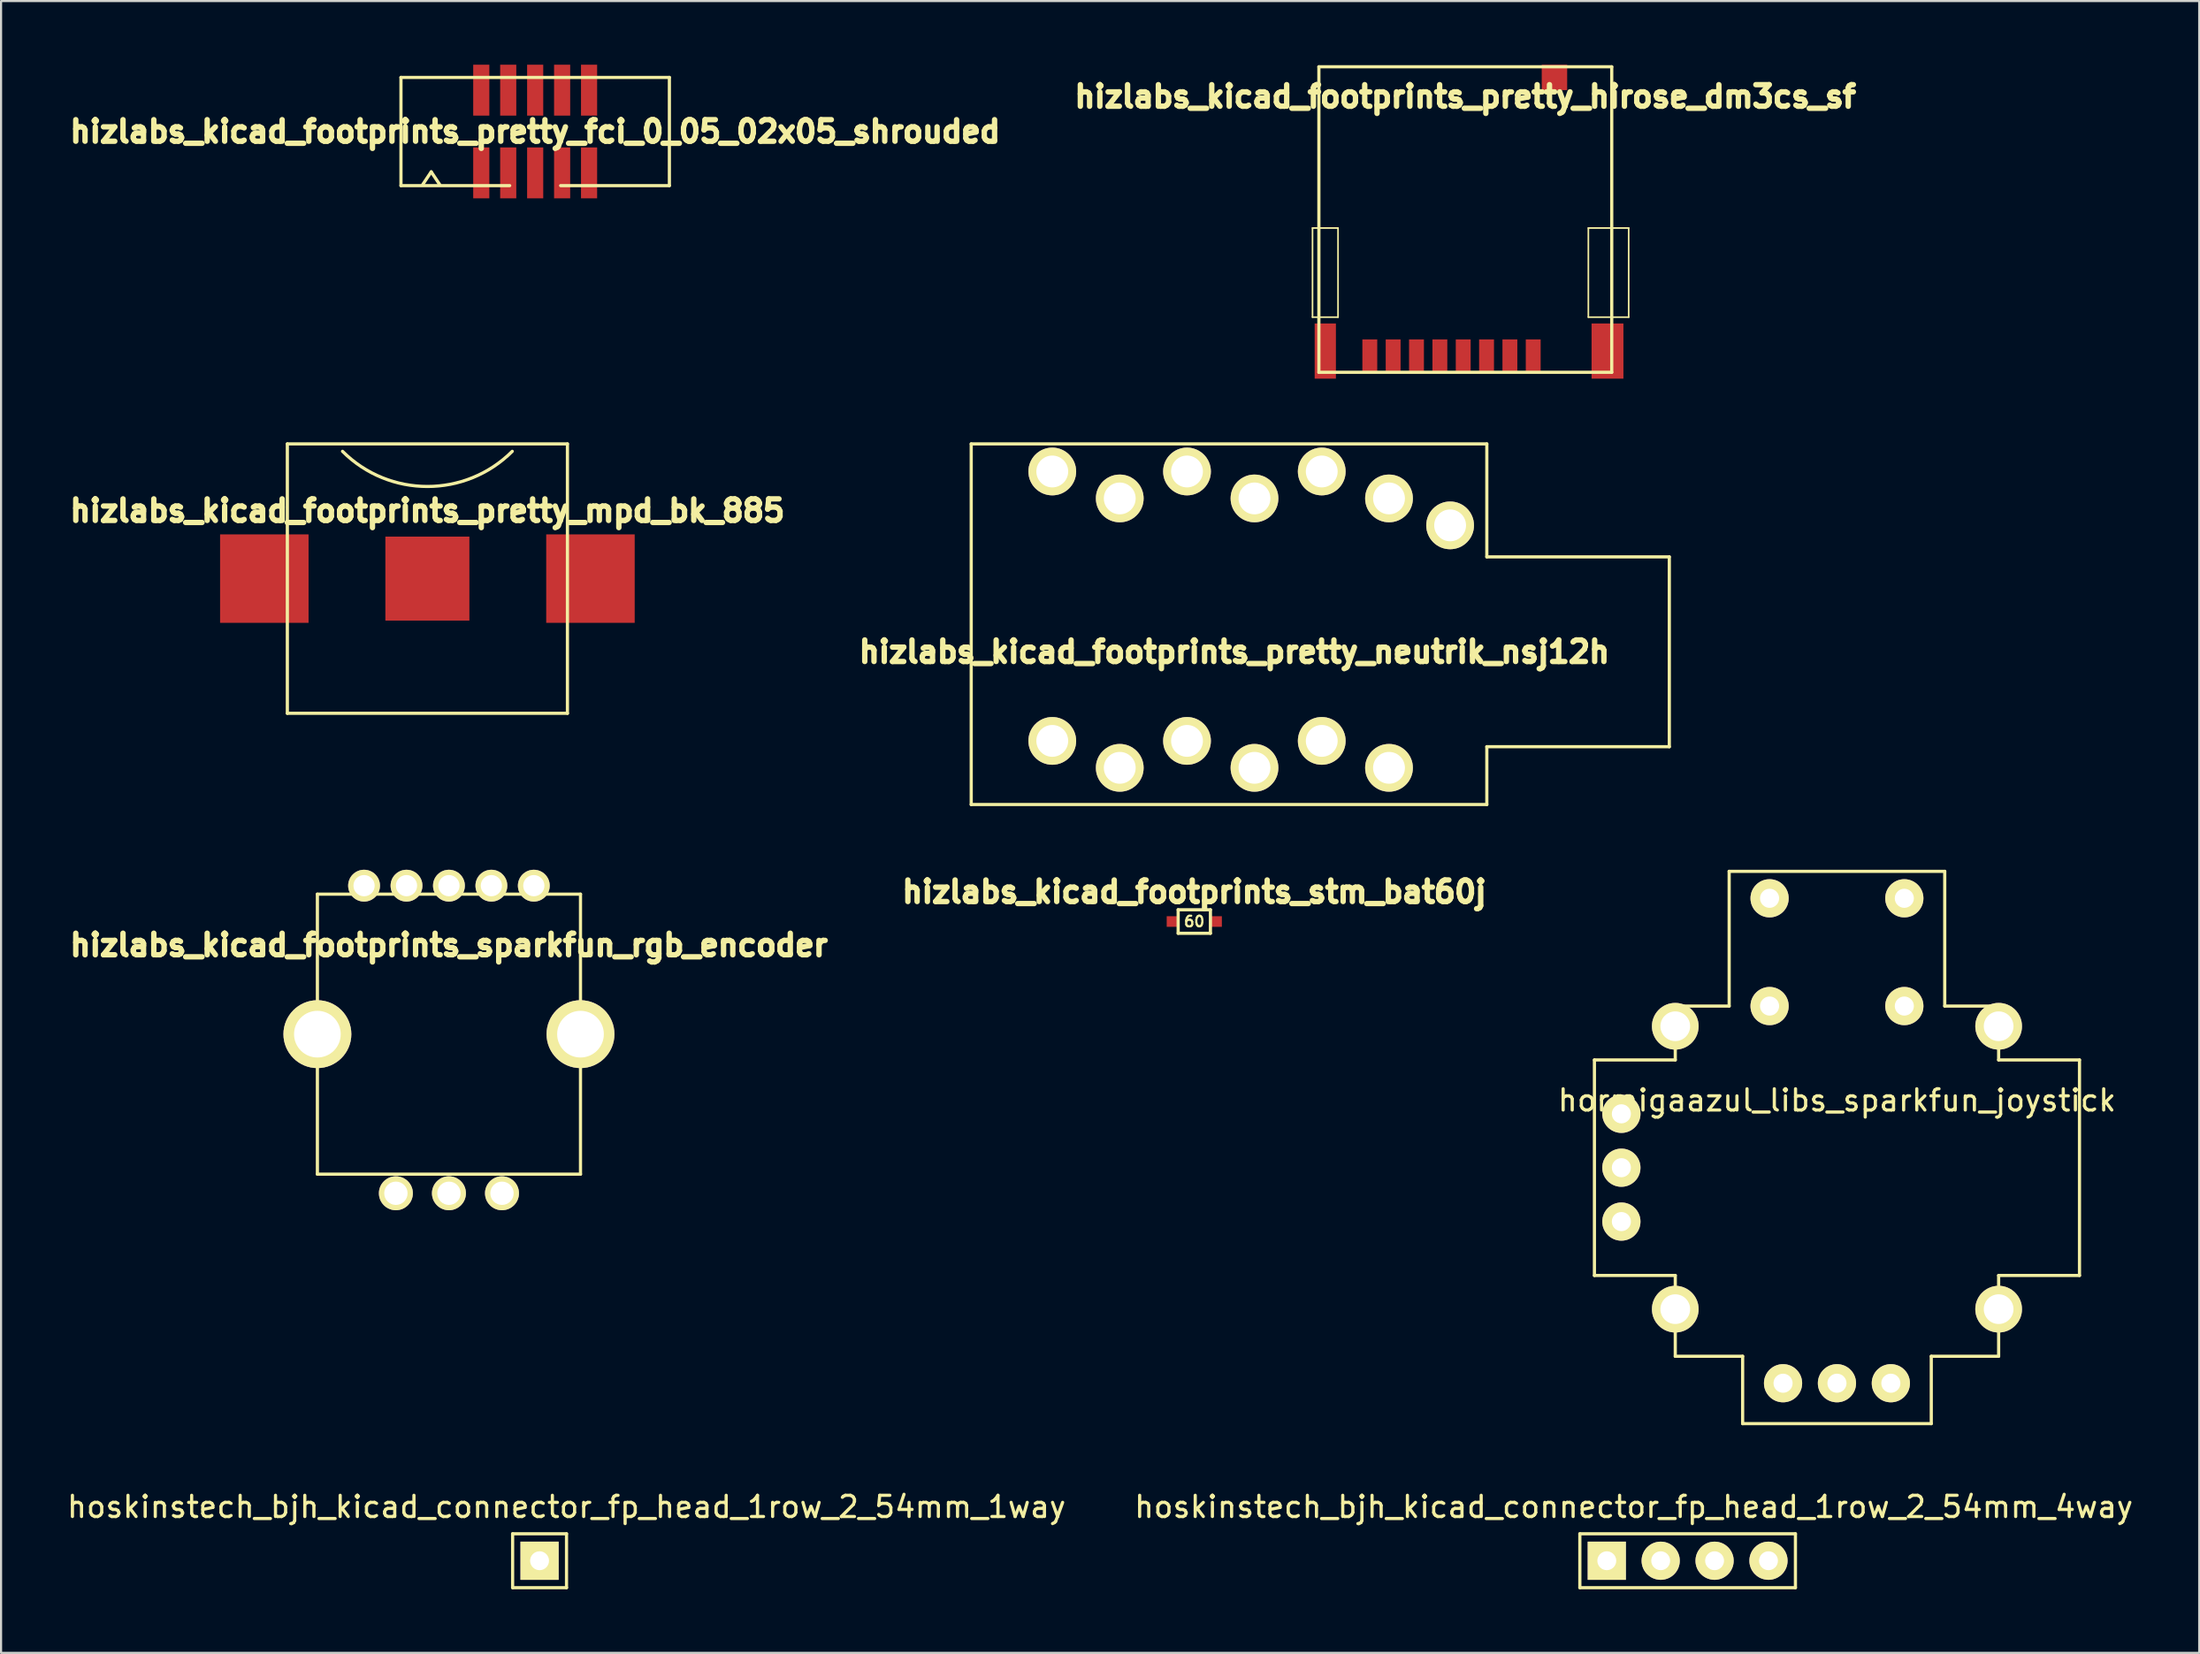
<source format=kicad_pcb>
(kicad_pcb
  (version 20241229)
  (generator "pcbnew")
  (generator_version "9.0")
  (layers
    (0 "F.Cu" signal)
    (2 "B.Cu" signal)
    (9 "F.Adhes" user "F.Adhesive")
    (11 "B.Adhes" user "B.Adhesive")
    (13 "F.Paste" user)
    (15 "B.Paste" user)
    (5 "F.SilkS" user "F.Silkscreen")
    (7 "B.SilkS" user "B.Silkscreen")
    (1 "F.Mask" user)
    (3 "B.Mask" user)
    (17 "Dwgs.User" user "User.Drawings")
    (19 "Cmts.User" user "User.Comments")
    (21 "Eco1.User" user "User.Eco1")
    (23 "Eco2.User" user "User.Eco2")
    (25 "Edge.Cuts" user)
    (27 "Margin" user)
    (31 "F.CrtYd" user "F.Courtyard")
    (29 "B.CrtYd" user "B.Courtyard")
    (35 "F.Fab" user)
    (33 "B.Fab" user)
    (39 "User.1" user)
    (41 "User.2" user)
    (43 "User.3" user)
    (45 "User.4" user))
  (footprint "hizlabs_kicad_footprints_sparkfun_rgb_encoder"
    (layer "F.Cu")
    (at 18.108 45.701)
    (property "Reference" "hizlabs_kicad_footprints_sparkfun_rgb_encoder" (at 0 -4.2 0) (layer "F.SilkS") (effects (font (size 1.016 1.016) (thickness 0.254))))
    (attr through_hole)
    (fp_line (start -6.2 6.6) (end -6.2 -6.6) (stroke (width 0.15) (type solid)) (layer "F.SilkS"))
    (fp_line (start 6.2 -6.6) (end -6.2 -6.6) (stroke (width 0.15) (type solid)) (layer "F.SilkS"))
    (fp_line (start 6.2 -6.6) (end 6.2 6.6) (stroke (width 0.15) (type solid)) (layer "F.SilkS"))
    (fp_line (start 6.2 6.6) (end -6.2 6.6) (stroke (width 0.15) (type solid)) (layer "F.SilkS"))
    (pad "1" thru_hole circle (at -4 -7) (size 1.5 1.5) (drill 1) (layers "*.Cu" "*.Mask" "F.SilkS"))
    (pad "2" thru_hole circle (at -2 -7) (size 1.5 1.5) (drill 1) (layers "*.Cu" "*.Mask" "F.SilkS"))
    (pad "3" thru_hole circle (at 0 -7) (size 1.5 1.5) (drill 1) (layers "*.Cu" "*.Mask" "F.SilkS"))
    (pad "4" thru_hole circle (at 2 -7) (size 1.5 1.5) (drill 1) (layers "*.Cu" "*.Mask" "F.SilkS"))
    (pad "5" thru_hole circle (at 4 -7) (size 1.5 1.5) (drill 1) (layers "*.Cu" "*.Mask" "F.SilkS"))
    (pad "A" thru_hole circle (at -2.5 7.5) (size 1.6 1.6) (drill 1.1) (layers "*.Cu" "*.Mask" "F.SilkS"))
    (pad "B" thru_hole circle (at 2.5 7.5) (size 1.6 1.6) (drill 1.1) (layers "*.Cu" "*.Mask" "F.SilkS"))
    (pad "C" thru_hole circle (at 0 7.5) (size 1.6 1.6) (drill 1.1) (layers "*.Cu" "*.Mask" "F.SilkS"))
    (pad "G" thru_hole circle (at -6.2 0) (size 3.2 3.2) (drill 2.2) (layers "*.Cu" "*.Mask" "F.SilkS"))
    (pad "G" thru_hole circle (at 6.2 0) (size 3.2 3.2) (drill 2.2) (layers "*.Cu" "*.Mask" "F.SilkS")))
  (footprint "hizlabs_kicad_footprints_pretty_fci_0_05_02x05_shrouded"
    (layer "F.Cu")
    (at 22.172 3.15)
    (property "Reference" "hizlabs_kicad_footprints_pretty_fci_0_05_02x05_shrouded" (at 0 0 0) (layer "F.SilkS") (effects (font (size 1.016 1.016) (thickness 0.254))))
    (attr through_hole)
    (fp_line (start -6.325 2.55) (end -6.325 -2.55) (stroke (width 0.15) (type solid)) (layer "F.SilkS"))
    (fp_line (start -5.3 2.5) (end -4.9 1.9) (stroke (width 0.15) (type solid)) (layer "F.SilkS"))
    (fp_line (start -4.9 1.9) (end -4.5 2.5) (stroke (width 0.15) (type solid)) (layer "F.SilkS"))
    (fp_line (start -1.2 2.55) (end -6.325 2.55) (stroke (width 0.15) (type solid)) (layer "F.SilkS"))
    (fp_line (start 6.325 -2.55) (end -6.325 -2.55) (stroke (width 0.15) (type solid)) (layer "F.SilkS"))
    (fp_line (start 6.325 2.55) (end 1.2 2.55) (stroke (width 0.15) (type solid)) (layer "F.SilkS"))
    (fp_line (start 6.325 2.55) (end 6.325 -2.55) (stroke (width 0.15) (type solid)) (layer "F.SilkS"))
    (pad "1" smd rect (at -2.54 1.95) (size 0.76 2.4) (layers "F.Cu" "F.Mask" "F.Paste"))
    (pad "2" smd rect (at -2.54 -1.95) (size 0.76 2.4) (layers "F.Cu" "F.Mask" "F.Paste"))
    (pad "3" smd rect (at -1.27 1.95) (size 0.76 2.4) (layers "F.Cu" "F.Mask" "F.Paste"))
    (pad "4" smd rect (at -1.27 -1.95) (size 0.76 2.4) (layers "F.Cu" "F.Mask" "F.Paste"))
    (pad "5" smd rect (at 0 1.95) (size 0.76 2.4) (layers "F.Cu" "F.Mask" "F.Paste"))
    (pad "6" smd rect (at 0 -1.95) (size 0.76 2.4) (layers "F.Cu" "F.Mask" "F.Paste"))
    (pad "7" smd rect (at 1.27 1.95) (size 0.76 2.4) (layers "F.Cu" "F.Mask" "F.Paste"))
    (pad "8" smd rect (at 1.27 -1.95) (size 0.76 2.4) (layers "F.Cu" "F.Mask" "F.Paste"))
    (pad "9" smd rect (at 2.54 1.95) (size 0.76 2.4) (layers "F.Cu" "F.Mask" "F.Paste"))
    (pad "10" smd rect (at 2.54 -1.95) (size 0.76 2.4) (layers "F.Cu" "F.Mask" "F.Paste")))
  (footprint "hizlabs_kicad_footprints_stm_bat60j"
    (layer "F.Cu")
    (at 53.235 40.391)
    (property "Reference" "hizlabs_kicad_footprints_stm_bat60j" (at 0 -1.4 0) (layer "F.SilkS") (effects (font (size 1.016 1.016) (thickness 0.254))))
    (attr through_hole)
    (fp_line (start -0.76 -0.555) (end -0.76 0.555) (stroke (width 0.15) (type solid)) (layer "F.SilkS"))
    (fp_line (start -0.76 0.555) (end 0.76 0.555) (stroke (width 0.15) (type solid)) (layer "F.SilkS"))
    (fp_line (start 0.76 -0.555) (end -0.76 -0.555) (stroke (width 0.15) (type solid)) (layer "F.SilkS"))
    (fp_line (start 0.76 0.555) (end 0.76 -0.555) (stroke (width 0.15) (type solid)) (layer "F.SilkS"))
    (fp_text user "60" (at 0 0 0) (layer "F.SilkS") (effects (font (size 0.5 0.5) (thickness 0.1))))
    (pad "1" smd rect (at -1.05 0) (size 0.5 0.5) (layers "F.Cu" "F.Mask" "F.Paste"))
    (pad "2" smd rect (at 1.05 0) (size 0.5 0.5) (layers "F.Cu" "F.Mask" "F.Paste")))
  (footprint "hoskinstech_bjh_kicad_connector_fp_head_1row_2_54mm_4way"
    (layer "F.Cu")
    (at 72.676 70.524)
    (property "Reference" "hoskinstech_bjh_kicad_connector_fp_head_1row_2_54mm_4way" (at 1.27 -2.54 0) (layer "F.SilkS") (effects (font (size 1 1) (thickness 0.15))))
    (attr through_hole)
    (fp_line (start -1.27 -1.27) (end -1.27 1.27) (stroke (width 0.15) (type solid)) (layer "F.SilkS"))
    (fp_line (start 8.89 -1.27) (end -1.27 -1.27) (stroke (width 0.15) (type solid)) (layer "F.SilkS"))
    (fp_line (start 8.89 -1.27) (end 8.89 1.27) (stroke (width 0.15) (type solid)) (layer "F.SilkS"))
    (fp_line (start 8.89 1.27) (end -1.27 1.27) (stroke (width 0.15) (type solid)) (layer "F.SilkS"))
    (pad "1" thru_hole rect (at 0 0) (size 1.8 1.8) (drill 0.89) (layers "*.Cu" "*.Mask" "F.SilkS"))
    (pad "2" thru_hole circle (at 2.54 0) (size 1.8 1.8) (drill 0.89) (layers "*.Cu" "*.Mask" "F.SilkS"))
    (pad "3" thru_hole circle (at 5.08 0) (size 1.8 1.8) (drill 0.89) (layers "*.Cu" "*.Mask" "F.SilkS"))
    (pad "4" thru_hole circle (at 7.62 0) (size 1.8 1.8) (drill 0.89) (layers "*.Cu" "*.Mask" "F.SilkS")))
  (footprint "hizlabs_kicad_footprints_pretty_hirose_dm3cs_sf"
    (layer "F.Cu")
    (at 66.008 7.3)
    (property "Reference" "hizlabs_kicad_footprints_pretty_hirose_dm3cs_sf" (at 0 -5.8 0) (layer "F.SilkS") (effects (font (size 1.016 1.016) (thickness 0.254))))
    (attr through_hole)
    (fp_line (start -7.201 0.399) (end -7.201 4.6) (stroke (width 0.076) (type solid)) (layer "F.SilkS"))
    (fp_line (start -7.201 4.6) (end -5.999 4.6) (stroke (width 0.076) (type solid)) (layer "F.SilkS"))
    (fp_line (start -6.901 -7.201) (end 6.901 -7.201) (stroke (width 0.15) (type solid)) (layer "F.SilkS"))
    (fp_line (start -6.901 7.201) (end -6.901 -7.201) (stroke (width 0.15) (type solid)) (layer "F.SilkS"))
    (fp_line (start -5.999 0.399) (end -7.201 0.399) (stroke (width 0.076) (type solid)) (layer "F.SilkS"))
    (fp_line (start -5.999 4.6) (end -5.999 0.399) (stroke (width 0.076) (type solid)) (layer "F.SilkS"))
    (fp_line (start 5.799 0.399) (end 7.699 0.399) (stroke (width 0.076) (type solid)) (layer "F.SilkS"))
    (fp_line (start 5.799 4.6) (end 5.799 0.399) (stroke (width 0.076) (type solid)) (layer "F.SilkS"))
    (fp_line (start 6.901 -7.201) (end 6.901 7.201) (stroke (width 0.15) (type solid)) (layer "F.SilkS"))
    (fp_line (start 6.901 7.201) (end -6.901 7.201) (stroke (width 0.15) (type solid)) (layer "F.SilkS"))
    (fp_line (start 7.699 0.399) (end 7.699 4.6) (stroke (width 0.076) (type solid)) (layer "F.SilkS"))
    (fp_line (start 7.699 4.6) (end 5.799 4.6) (stroke (width 0.076) (type solid)) (layer "F.SilkS"))
    (pad "0" smd rect (at -6.599 6.2) (size 1.001 2.601) (layers "F.Cu" "F.Mask" "F.Paste"))
    (pad "0" smd rect (at 4.201 -6.701) (size 1.199 1.199) (layers "F.Cu" "F.Mask" "F.Paste"))
    (pad "0" smd rect (at 6.701 6.2) (size 1.501 2.601) (layers "F.Cu" "F.Mask" "F.Paste"))
    (pad "1" smd rect (at 3.2 6.401) (size 0.701 1.501) (layers "F.Cu" "F.Mask" "F.Paste"))
    (pad "2" smd rect (at 2.101 6.401) (size 0.701 1.501) (layers "F.Cu" "F.Mask" "F.Paste"))
    (pad "3" smd rect (at 1.001 6.401) (size 0.701 1.501) (layers "F.Cu" "F.Mask" "F.Paste"))
    (pad "4" smd rect (at -0.099 6.401) (size 0.701 1.501) (layers "F.Cu" "F.Mask" "F.Paste"))
    (pad "5" smd rect (at -1.199 6.401) (size 0.701 1.501) (layers "F.Cu" "F.Mask" "F.Paste"))
    (pad "6" smd rect (at -2.301 6.401) (size 0.701 1.501) (layers "F.Cu" "F.Mask" "F.Paste"))
    (pad "7" smd rect (at -3.401 6.401) (size 0.701 1.501) (layers "F.Cu" "F.Mask" "F.Paste"))
    (pad "8" smd rect (at -4.501 6.401) (size 0.701 1.501) (layers "F.Cu" "F.Mask" "F.Paste")))
  (footprint "hizlabs_kicad_footprints_pretty_mpd_bk_885"
    (layer "F.Cu")
    (at 17.092 24.226)
    (property "Reference" "hizlabs_kicad_footprints_pretty_mpd_bk_885" (at 0 -3.2 0) (layer "F.SilkS") (effects (font (size 1.016 1.016) (thickness 0.254))))
    (attr through_hole)
    (fp_line (start -6.6 -6.35) (end 6.6 -6.35) (stroke (width 0.15) (type solid)) (layer "F.SilkS"))
    (fp_line (start -6.6 6.35) (end -6.6 -6.35) (stroke (width 0.15) (type solid)) (layer "F.SilkS"))
    (fp_line (start -6.6 6.35) (end 6.6 6.35) (stroke (width 0.15) (type solid)) (layer "F.SilkS"))
    (fp_line (start 6.6 -6.35) (end 6.6 6.35) (stroke (width 0.15) (type solid)) (layer "F.SilkS"))
    (fp_arc (start 4 -6) (mid 0 -4.343146) (end -4 -6) (stroke (width 0.15) (type solid)) (layer "F.SilkS"))
    (pad "1" smd rect (at -7.685 0) (size 4.17 4.17) (layers "F.Cu" "F.Mask" "F.Paste"))
    (pad "1" smd rect (at 7.685 0) (size 4.17 4.17) (layers "F.Cu" "F.Mask" "F.Paste"))
    (pad "2" smd rect (at 0 0) (size 3.96 3.96) (layers "F.Cu" "F.Mask" "F.Paste")))
  (footprint "hormigaazul_libs_sparkfun_joystick"
    (layer "F.Cu")
    (at 83.523 51.996)
    (property "Reference" "hormigaazul_libs_sparkfun_joystick" (at 0 -3.175 180) (layer "F.SilkS") (effects (font (size 1 1) (thickness 0.15))))
    (attr through_hole)
    (fp_line (start -11.43 -5.08) (end -7.62 -5.08) (stroke (width 0.15) (type solid)) (layer "F.SilkS"))
    (fp_line (start -11.43 5.08) (end -11.43 -5.08) (stroke (width 0.15) (type solid)) (layer "F.SilkS"))
    (fp_line (start -7.62 -7.62) (end -5.08 -7.62) (stroke (width 0.15) (type solid)) (layer "F.SilkS"))
    (fp_line (start -7.62 -5.08) (end -7.62 -7.62) (stroke (width 0.15) (type solid)) (layer "F.SilkS"))
    (fp_line (start -7.62 5.08) (end -11.43 5.08) (stroke (width 0.15) (type solid)) (layer "F.SilkS"))
    (fp_line (start -7.62 5.08) (end -7.62 8.89) (stroke (width 0.15) (type solid)) (layer "F.SilkS"))
    (fp_line (start -7.62 8.89) (end -4.445 8.89) (stroke (width 0.15) (type solid)) (layer "F.SilkS"))
    (fp_line (start -5.08 -13.97) (end 5.08 -13.97) (stroke (width 0.15) (type solid)) (layer "F.SilkS"))
    (fp_line (start -5.08 -7.62) (end -5.08 -13.97) (stroke (width 0.15) (type solid)) (layer "F.SilkS"))
    (fp_line (start -4.445 8.89) (end -4.445 12.065) (stroke (width 0.15) (type solid)) (layer "F.SilkS"))
    (fp_line (start -4.445 12.065) (end 4.445 12.065) (stroke (width 0.15) (type solid)) (layer "F.SilkS"))
    (fp_line (start 4.445 8.89) (end 7.62 8.89) (stroke (width 0.15) (type solid)) (layer "F.SilkS"))
    (fp_line (start 4.445 12.065) (end 4.445 8.89) (stroke (width 0.15) (type solid)) (layer "F.SilkS"))
    (fp_line (start 5.08 -13.97) (end 5.08 -7.62) (stroke (width 0.15) (type solid)) (layer "F.SilkS"))
    (fp_line (start 5.08 -7.62) (end 7.62 -7.62) (stroke (width 0.15) (type solid)) (layer "F.SilkS"))
    (fp_line (start 7.62 -7.62) (end 7.62 -5.08) (stroke (width 0.15) (type solid)) (layer "F.SilkS"))
    (fp_line (start 7.62 -5.08) (end 11.43 -5.08) (stroke (width 0.15) (type solid)) (layer "F.SilkS"))
    (fp_line (start 7.62 8.89) (end 7.62 5.08) (stroke (width 0.15) (type solid)) (layer "F.SilkS"))
    (fp_line (start 11.43 -5.08) (end 11.43 5.08) (stroke (width 0.15) (type solid)) (layer "F.SilkS"))
    (fp_line (start 11.43 5.08) (end 7.62 5.08) (stroke (width 0.15) (type solid)) (layer "F.SilkS"))
    (pad "" np_thru_hole circle (at -7.62 -6.668) (size 2.2 2.2) (drill 1.4) (layers "*.Cu" "*.Mask" "F.SilkS"))
    (pad "" np_thru_hole circle (at -7.62 6.668) (size 2.2 2.2) (drill 1.4) (layers "*.Cu" "*.Mask" "F.SilkS"))
    (pad "" np_thru_hole circle (at 7.62 -6.668) (size 2.2 2.2) (drill 1.4) (layers "*.Cu" "*.Mask" "F.SilkS"))
    (pad "" np_thru_hole circle (at 7.62 6.668) (size 2.2 2.2) (drill 1.4) (layers "*.Cu" "*.Mask" "F.SilkS"))
    (pad "1" thru_hole circle (at -10.16 2.54) (size 1.8 1.8) (drill 0.9) (layers "*.Cu" "*.Mask" "F.SilkS"))
    (pad "1" thru_hole circle (at 2.54 10.16) (size 1.8 1.8) (drill 0.9) (layers "*.Cu" "*.Mask" "F.SilkS"))
    (pad "2" thru_hole circle (at -10.16 0) (size 1.8 1.8) (drill 0.9) (layers "*.Cu" "*.Mask" "F.SilkS"))
    (pad "3" thru_hole circle (at 0 10.16) (size 1.8 1.8) (drill 0.9) (layers "*.Cu" "*.Mask" "F.SilkS"))
    (pad "4" thru_hole circle (at -3.175 -7.62) (size 1.8 1.8) (drill 0.9) (layers "*.Cu" "*.Mask" "F.SilkS"))
    (pad "4" thru_hole circle (at 3.175 -7.62) (size 1.8 1.8) (drill 0.9) (layers "*.Cu" "*.Mask" "F.SilkS"))
    (pad "5" thru_hole circle (at -10.16 -2.54) (size 1.8 1.8) (drill 0.9) (layers "*.Cu" "*.Mask" "F.SilkS"))
    (pad "5" thru_hole circle (at -3.175 -12.7) (size 1.8 1.8) (drill 0.9) (layers "*.Cu" "*.Mask" "F.SilkS"))
    (pad "5" thru_hole circle (at -2.54 10.16) (size 1.8 1.8) (drill 0.9) (layers "*.Cu" "*.Mask" "F.SilkS"))
    (pad "5" thru_hole circle (at 3.175 -12.7) (size 1.8 1.8) (drill 0.9) (layers "*.Cu" "*.Mask" "F.SilkS")))
  (footprint "hoskinstech_bjh_kicad_connector_fp_head_1row_2_54mm_1way"
    (layer "F.Cu")
    (at 22.379 70.524)
    (property "Reference" "hoskinstech_bjh_kicad_connector_fp_head_1row_2_54mm_1way" (at 1.27 -2.54 0) (layer "F.SilkS") (effects (font (size 1 1) (thickness 0.15))))
    (attr through_hole)
    (fp_line (start -1.27 -1.27) (end -1.27 1.27) (stroke (width 0.15) (type solid)) (layer "F.SilkS"))
    (fp_line (start 1.27 -1.27) (end -1.27 -1.27) (stroke (width 0.15) (type solid)) (layer "F.SilkS"))
    (fp_line (start 1.27 -1.27) (end 1.27 1.27) (stroke (width 0.15) (type solid)) (layer "F.SilkS"))
    (fp_line (start 1.27 1.27) (end -1.27 1.27) (stroke (width 0.15) (type solid)) (layer "F.SilkS"))
    (pad "1" thru_hole rect (at 0 0) (size 1.8 1.8) (drill 0.89) (layers "*.Cu" "*.Mask" "F.SilkS")))
  (footprint "hizlabs_kicad_footprints_pretty_neutrik_nsj12h"
    (layer "F.Cu")
    (at 67.022 27.676)
    (property "Reference" "hizlabs_kicad_footprints_pretty_neutrik_nsj12h" (at -11.9 0 0) (layer "F.SilkS") (effects (font (size 1.016 1.016) (thickness 0.254))))
    (attr through_hole)
    (fp_line (start -24.3 -9.8) (end 0 -9.8) (stroke (width 0.15) (type solid)) (layer "F.SilkS"))
    (fp_line (start -24.3 7.2) (end -24.3 -9.8) (stroke (width 0.15) (type solid)) (layer "F.SilkS"))
    (fp_line (start 0 -9.8) (end 0 -4.475) (stroke (width 0.15) (type solid)) (layer "F.SilkS"))
    (fp_line (start 0 4.475) (end 0 7.2) (stroke (width 0.15) (type solid)) (layer "F.SilkS"))
    (fp_line (start 0 7.2) (end -24.3 7.2) (stroke (width 0.15) (type solid)) (layer "F.SilkS"))
    (fp_line (start 8.6 -4.475) (end 0 -4.475) (stroke (width 0.15) (type solid)) (layer "F.SilkS"))
    (fp_line (start 8.6 4.475) (end 0 4.475) (stroke (width 0.15) (type solid)) (layer "F.SilkS"))
    (fp_line (start 8.6 4.475) (end 8.6 -4.475) (stroke (width 0.15) (type solid)) (layer "F.SilkS"))
    (pad "G" thru_hole circle (at -1.73 -5.96) (size 2.25 2.25) (drill 1.5) (layers "*.Cu" "*.Mask" "F.SilkS"))
    (pad "RB" thru_hole circle (at -10.95 -7.23) (size 2.25 2.25) (drill 1.5) (layers "*.Cu" "*.Mask" "F.SilkS"))
    (pad "RNB" thru_hole circle (at -10.95 5.47) (size 2.25 2.25) (drill 1.5) (layers "*.Cu" "*.Mask" "F.SilkS"))
    (pad "RNT" thru_hole circle (at -14.13 4.2) (size 2.25 2.25) (drill 1.5) (layers "*.Cu" "*.Mask" "F.SilkS"))
    (pad "RT" thru_hole circle (at -14.13 -8.5) (size 2.25 2.25) (drill 1.5) (layers "*.Cu" "*.Mask" "F.SilkS"))
    (pad "SB" thru_hole circle (at -4.61 -7.23) (size 2.25 2.25) (drill 1.5) (layers "*.Cu" "*.Mask" "F.SilkS"))
    (pad "SNB" thru_hole circle (at -4.61 5.47) (size 2.25 2.25) (drill 1.5) (layers "*.Cu" "*.Mask" "F.SilkS"))
    (pad "SNT" thru_hole circle (at -7.78 4.2) (size 2.25 2.25) (drill 1.5) (layers "*.Cu" "*.Mask" "F.SilkS"))
    (pad "ST" thru_hole circle (at -7.78 -8.5) (size 2.25 2.25) (drill 1.5) (layers "*.Cu" "*.Mask" "F.SilkS"))
    (pad "TB" thru_hole circle (at -17.3 -7.23) (size 2.25 2.25) (drill 1.5) (layers "*.Cu" "*.Mask" "F.SilkS"))
    (pad "TNB" thru_hole circle (at -17.3 5.47) (size 2.25 2.25) (drill 1.5) (layers "*.Cu" "*.Mask" "F.SilkS"))
    (pad "TNT" thru_hole circle (at -20.48 4.2) (size 2.25 2.25) (drill 1.5) (layers "*.Cu" "*.Mask" "F.SilkS"))
    (pad "TT" thru_hole circle (at -20.48 -8.5) (size 2.25 2.25) (drill 1.5) (layers "*.Cu" "*.Mask" "F.SilkS")))
  (gr_rect
    (start -3 -3)
    (end 100.595 74.869)
    (stroke (width 0.1) (type default))
    (fill no)
    (layer "Edge.Cuts")))
</source>
